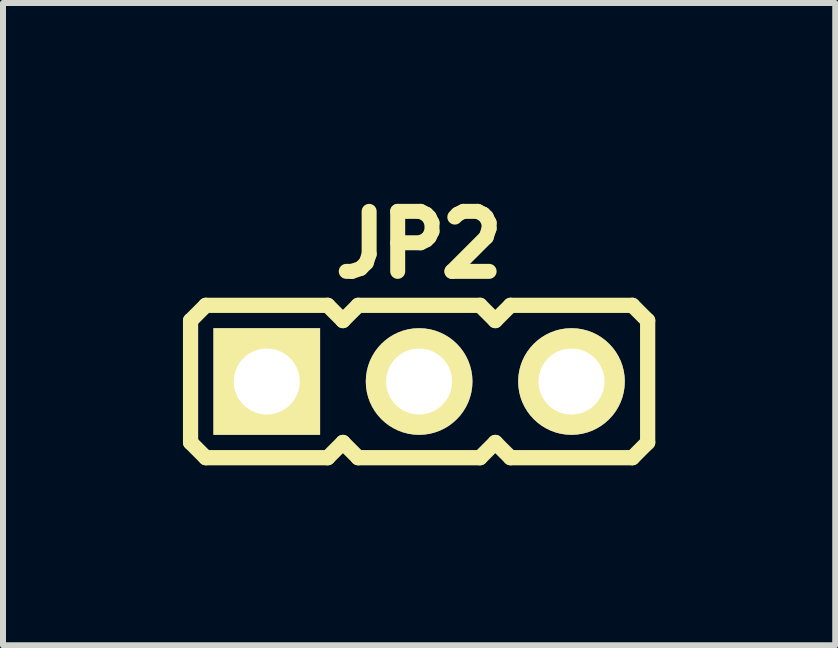
<source format=kicad_pcb>
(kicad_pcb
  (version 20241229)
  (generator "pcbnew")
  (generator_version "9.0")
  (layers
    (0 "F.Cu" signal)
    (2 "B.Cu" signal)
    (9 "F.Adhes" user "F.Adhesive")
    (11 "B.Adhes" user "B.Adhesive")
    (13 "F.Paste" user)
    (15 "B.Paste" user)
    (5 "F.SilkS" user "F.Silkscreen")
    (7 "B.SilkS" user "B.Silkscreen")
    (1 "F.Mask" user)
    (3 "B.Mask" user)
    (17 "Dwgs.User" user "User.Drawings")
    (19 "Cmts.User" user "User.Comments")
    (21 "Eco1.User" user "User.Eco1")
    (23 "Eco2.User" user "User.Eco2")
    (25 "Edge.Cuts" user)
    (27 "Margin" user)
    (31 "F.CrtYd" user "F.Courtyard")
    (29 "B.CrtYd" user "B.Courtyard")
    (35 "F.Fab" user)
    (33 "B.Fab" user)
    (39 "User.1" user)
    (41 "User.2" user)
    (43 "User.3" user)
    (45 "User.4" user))
  (footprint "JP2"
    (layer "F.Cu")
    (at 3.937 3.31)
    (property "Reference" "JP2" (at 0 -2.286 0) (layer "F.SilkS") (effects (font (size 1 1) (thickness 0.25))))
    (attr smd)
    (fp_line (start -3.81 -1.016) (end -3.556 -1.27) (stroke (width 0.254) (type solid)) (layer "F.SilkS"))
    (fp_line (start -3.81 1.016) (end -3.81 -1.016) (stroke (width 0.254) (type solid)) (layer "F.SilkS"))
    (fp_line (start -3.81 1.016) (end -3.556 1.27) (stroke (width 0.254) (type solid)) (layer "F.SilkS"))
    (fp_line (start -1.524 -1.27) (end -3.556 -1.27) (stroke (width 0.254) (type solid)) (layer "F.SilkS"))
    (fp_line (start -1.524 -1.27) (end -1.27 -1.016) (stroke (width 0.254) (type solid)) (layer "F.SilkS"))
    (fp_line (start -1.524 1.27) (end -3.556 1.27) (stroke (width 0.254) (type solid)) (layer "F.SilkS"))
    (fp_line (start -1.524 1.27) (end -1.27 1.016) (stroke (width 0.254) (type solid)) (layer "F.SilkS"))
    (fp_line (start -1.27 -1.016) (end -1.016 -1.27) (stroke (width 0.254) (type solid)) (layer "F.SilkS"))
    (fp_line (start -1.27 1.016) (end -1.016 1.27) (stroke (width 0.254) (type solid)) (layer "F.SilkS"))
    (fp_line (start 1.016 -1.27) (end -1.016 -1.27) (stroke (width 0.254) (type solid)) (layer "F.SilkS"))
    (fp_line (start 1.016 -1.27) (end 1.27 -1.016) (stroke (width 0.254) (type solid)) (layer "F.SilkS"))
    (fp_line (start 1.016 1.27) (end -1.016 1.27) (stroke (width 0.254) (type solid)) (layer "F.SilkS"))
    (fp_line (start 1.016 1.27) (end 1.27 1.016) (stroke (width 0.254) (type solid)) (layer "F.SilkS"))
    (fp_line (start 1.27 -1.016) (end 1.524 -1.27) (stroke (width 0.254) (type solid)) (layer "F.SilkS"))
    (fp_line (start 1.27 1.016) (end 1.524 1.27) (stroke (width 0.254) (type solid)) (layer "F.SilkS"))
    (fp_line (start 3.556 -1.27) (end 1.524 -1.27) (stroke (width 0.254) (type solid)) (layer "F.SilkS"))
    (fp_line (start 3.556 -1.27) (end 3.81 -1.016) (stroke (width 0.254) (type solid)) (layer "F.SilkS"))
    (fp_line (start 3.556 1.27) (end 1.524 1.27) (stroke (width 0.254) (type solid)) (layer "F.SilkS"))
    (fp_line (start 3.556 1.27) (end 3.81 1.016) (stroke (width 0.254) (type solid)) (layer "F.SilkS"))
    (fp_line (start 3.81 -1.016) (end 3.81 1.016) (stroke (width 0.254) (type solid)) (layer "F.SilkS"))
    (pad "1" thru_hole rect (at -2.54 0) (size 1.778 1.778) (drill 1.1) (layers "*.Cu" "F.Mask" "F.SilkS"))
    (pad "2" thru_hole circle (at 0 0) (size 1.778 1.778) (drill 1.1) (layers "*.Cu" "F.Mask" "F.SilkS"))
    (pad "3" thru_hole circle (at 2.54 0) (size 1.778 1.778) (drill 1.1) (layers "*.Cu" "F.Mask" "F.SilkS")))
  (gr_rect
    (start -3 -3)
    (end 10.874 7.707)
    (stroke (width 0.1) (type default))
    (fill no)
    (layer "Edge.Cuts")))
</source>
